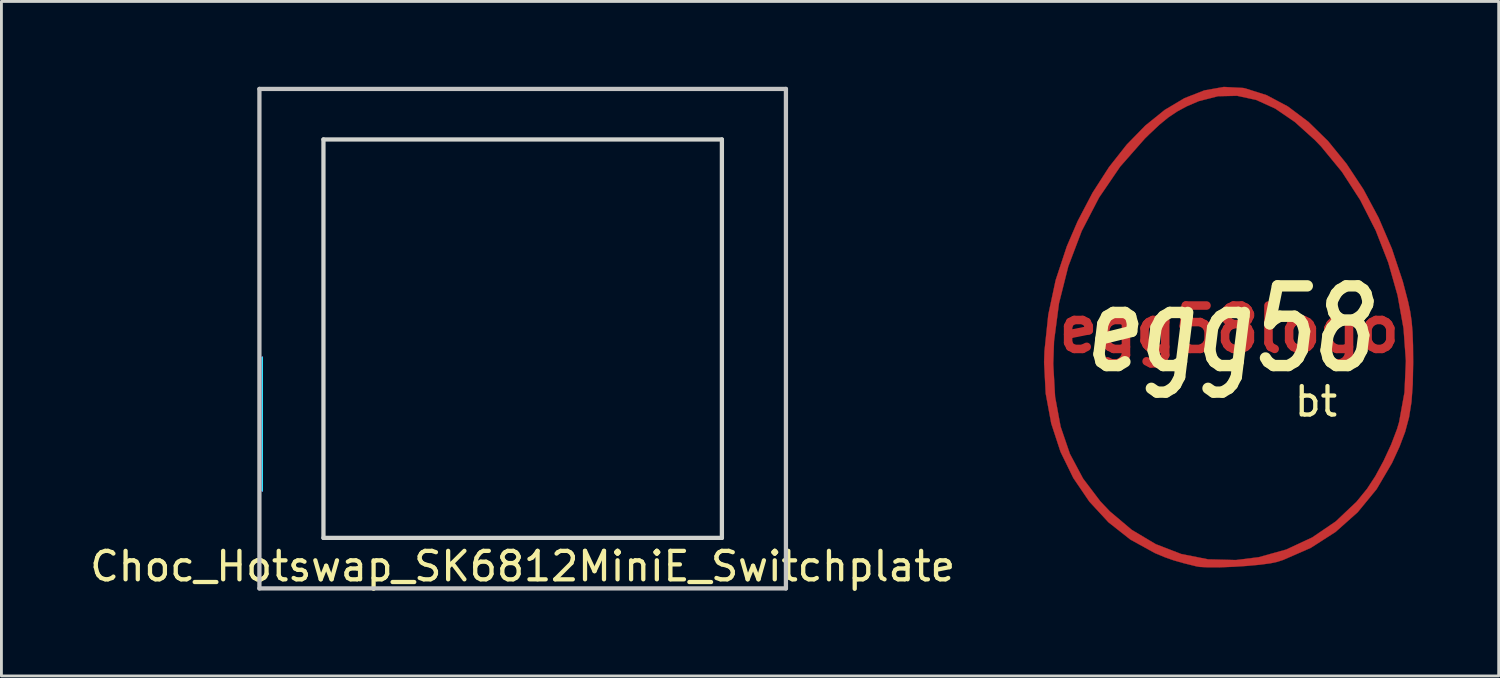
<source format=kicad_pcb>
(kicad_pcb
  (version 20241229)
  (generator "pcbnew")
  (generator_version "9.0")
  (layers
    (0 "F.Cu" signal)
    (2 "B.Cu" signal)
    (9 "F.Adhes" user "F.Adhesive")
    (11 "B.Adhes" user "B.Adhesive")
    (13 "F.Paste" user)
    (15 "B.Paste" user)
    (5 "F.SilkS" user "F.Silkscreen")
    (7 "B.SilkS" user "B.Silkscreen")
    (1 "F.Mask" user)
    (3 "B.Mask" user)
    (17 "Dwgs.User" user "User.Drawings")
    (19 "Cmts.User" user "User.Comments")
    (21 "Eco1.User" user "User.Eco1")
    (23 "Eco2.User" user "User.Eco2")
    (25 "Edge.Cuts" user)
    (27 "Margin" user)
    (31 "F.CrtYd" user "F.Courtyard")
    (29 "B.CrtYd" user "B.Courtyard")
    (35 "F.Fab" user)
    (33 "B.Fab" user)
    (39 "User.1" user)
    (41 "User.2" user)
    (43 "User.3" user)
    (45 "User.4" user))
  (footprint "Choc_Hotswap_SK6812MiniE_Switchplate"
    (layer "F.Cu")
    (at 15.315 8.85)
    (property "Reference" "Choc_Hotswap_SK6812MiniE_Switchplate" (at 0 8 180) (layer "F.SilkS") (effects (font (size 1 1) (thickness 0.15))))
    (attr through_hole)
    (fp_line (start -9.25 -8.775) (end 9.25 -8.775) (stroke (width 0.15) (type solid)) (layer "Dwgs.User"))
    (fp_line (start -9.25 8.775) (end -9.25 -8.775) (stroke (width 0.15) (type solid)) (layer "Dwgs.User"))
    (fp_line (start 9.25 -8.775) (end 9.25 8.775) (stroke (width 0.15) (type solid)) (layer "Dwgs.User"))
    (fp_line (start 9.25 8.775) (end -9.25 8.775) (stroke (width 0.15) (type solid)) (layer "Dwgs.User"))
    (fp_line (start -7 -7) (end -7 7) (stroke (width 0.15) (type solid)) (layer "Edge.Cuts"))
    (fp_line (start 7 -7) (end -7 -7) (stroke (width 0.15) (type solid)) (layer "Edge.Cuts"))
    (fp_line (start 7 -7) (end 7 7) (stroke (width 0.15) (type solid)) (layer "Edge.Cuts"))
    (fp_line (start 7 7) (end -7 7) (stroke (width 0.15) (type solid)) (layer "Edge.Cuts"))
    (fp_line (start -9.15 0.65) (end -9.15 5.35) (stroke (width 0.05) (type solid)) (layer "B.CrtYd"))
    (fp_line (start -9.15 5.35) (end -9.15 0.65) (stroke (width 0.05) (type solid)) (layer "F.CrtYd")))
  (footprint "egg58logo"
    (layer "F.Cu")
    (at 40.141 8.52)
    (property "Reference" "egg58logo" (at 0 0 0) (layer "F.Cu") (effects (font (size 1.524 1.524) (thickness 0.3))))
    (attr through_hole)
    (fp_poly (pts (xy 0.483 -8.48) (xy 0.557 -8.466) (xy 1.317 -8.225) (xy 2.063 -7.828) (xy 2.785 -7.286) (xy 3.474 -6.611) (xy 4.121 -5.816) (xy 4.717 -4.913) (xy 5.251 -3.915) (xy 5.715 -2.833) (xy 6.099 -1.68) (xy 6.284 -0.974) (xy 6.358 -0.625) (xy 6.409 -0.282) (xy 6.441 0.099) (xy 6.458 0.559) (xy 6.463 1.144) (xy 6.463 1.185) (xy 6.449 1.929) (xy 6.404 2.55) (xy 6.318 3.093) (xy 6.181 3.603) (xy 5.984 4.125) (xy 5.719 4.699) (xy 5.179 5.617) (xy 4.514 6.428) (xy 3.738 7.119) (xy 2.863 7.681) (xy 1.9 8.102) (xy 1.693 8.17) (xy 1.44 8.224) (xy 1.069 8.273) (xy 0.623 8.314) (xy 0.147 8.345) (xy -0.316 8.363) (xy -0.723 8.365) (xy -1.03 8.35) (xy -1.143 8.332) (xy -1.605 8.217) (xy -1.959 8.116) (xy -2.263 8.009) (xy -2.576 7.878) (xy -2.612 7.863) (xy -3.474 7.388) (xy -4.244 6.781) (xy -4.915 6.055) (xy -5.479 5.225) (xy -5.928 4.305) (xy -6.254 3.31) (xy -6.449 2.254) (xy -6.502 1.222) (xy -6.183 1.222) (xy -6.118 2.374) (xy -5.924 3.422) (xy -5.598 4.376) (xy -5.135 5.246) (xy -4.531 6.043) (xy -4.199 6.394) (xy -3.425 7.047) (xy -2.584 7.549) (xy -1.686 7.896) (xy -0.743 8.083) (xy 0.234 8.108) (xy 1.035 8.008) (xy 2.005 7.738) (xy 2.913 7.315) (xy 3.742 6.751) (xy 4.474 6.058) (xy 4.844 5.604) (xy 5.133 5.161) (xy 5.425 4.62) (xy 5.69 4.047) (xy 5.896 3.506) (xy 5.969 3.26) (xy 6.158 2.216) (xy 6.207 1.111) (xy 6.124 -0.033) (xy 5.915 -1.193) (xy 5.587 -2.346) (xy 5.148 -3.469) (xy 4.604 -4.538) (xy 3.962 -5.53) (xy 3.228 -6.423) (xy 3.009 -6.65) (xy 2.304 -7.285) (xy 1.618 -7.754) (xy 0.945 -8.06) (xy 0.277 -8.204) (xy -0.393 -8.189) (xy -1.072 -8.016) (xy -1.488 -7.837) (xy -1.827 -7.654) (xy -2.135 -7.448) (xy -2.453 -7.188) (xy -2.823 -6.84) (xy -2.97 -6.695) (xy -3.833 -5.714) (xy -4.574 -4.627) (xy -5.183 -3.453) (xy -5.655 -2.21) (xy -5.981 -0.915) (xy -6.155 0.413) (xy -6.183 1.222) (xy -6.502 1.222) (xy -6.505 1.15) (xy -6.492 0.767) (xy -6.357 -0.516) (xy -6.099 -1.727) (xy -5.706 -2.917) (xy -5.326 -3.799) (xy -4.803 -4.798) (xy -4.225 -5.697) (xy -3.603 -6.487) (xy -2.947 -7.159) (xy -2.268 -7.707) (xy -1.575 -8.12) (xy -0.878 -8.393) (xy -0.189 -8.515) (xy 0.483 -8.48)) (stroke (width 0.01) (type solid)) (fill yes) (layer "F.Cu"))
    (fp_poly (pts (xy 0.483 -8.48) (xy 0.557 -8.466) (xy 1.317 -8.225) (xy 2.063 -7.828) (xy 2.785 -7.286) (xy 3.474 -6.611) (xy 4.121 -5.816) (xy 4.717 -4.913) (xy 5.251 -3.915) (xy 5.715 -2.833) (xy 6.099 -1.68) (xy 6.284 -0.974) (xy 6.358 -0.625) (xy 6.409 -0.282) (xy 6.441 0.099) (xy 6.458 0.559) (xy 6.463 1.144) (xy 6.463 1.185) (xy 6.449 1.929) (xy 6.404 2.55) (xy 6.318 3.093) (xy 6.181 3.603) (xy 5.984 4.125) (xy 5.719 4.699) (xy 5.179 5.617) (xy 4.514 6.428) (xy 3.738 7.119) (xy 2.863 7.681) (xy 1.9 8.102) (xy 1.693 8.17) (xy 1.44 8.224) (xy 1.069 8.273) (xy 0.623 8.314) (xy 0.147 8.345) (xy -0.316 8.363) (xy -0.723 8.365) (xy -1.03 8.35) (xy -1.143 8.332) (xy -1.605 8.217) (xy -1.959 8.116) (xy -2.263 8.009) (xy -2.576 7.878) (xy -2.612 7.863) (xy -3.474 7.388) (xy -4.244 6.781) (xy -4.915 6.055) (xy -5.479 5.225) (xy -5.928 4.305) (xy -6.254 3.31) (xy -6.449 2.254) (xy -6.502 1.222) (xy -6.183 1.222) (xy -6.118 2.374) (xy -5.924 3.422) (xy -5.598 4.376) (xy -5.135 5.246) (xy -4.531 6.043) (xy -4.199 6.394) (xy -3.425 7.047) (xy -2.584 7.549) (xy -1.686 7.896) (xy -0.743 8.083) (xy 0.234 8.108) (xy 1.035 8.008) (xy 2.005 7.738) (xy 2.913 7.315) (xy 3.742 6.751) (xy 4.474 6.058) (xy 4.844 5.604) (xy 5.133 5.161) (xy 5.425 4.62) (xy 5.69 4.047) (xy 5.896 3.506) (xy 5.969 3.26) (xy 6.158 2.216) (xy 6.207 1.111) (xy 6.124 -0.033) (xy 5.915 -1.193) (xy 5.587 -2.346) (xy 5.148 -3.469) (xy 4.604 -4.538) (xy 3.962 -5.53) (xy 3.228 -6.423) (xy 3.009 -6.65) (xy 2.304 -7.285) (xy 1.618 -7.754) (xy 0.945 -8.06) (xy 0.277 -8.204) (xy -0.393 -8.189) (xy -1.072 -8.016) (xy -1.488 -7.837) (xy -1.827 -7.654) (xy -2.135 -7.448) (xy -2.453 -7.188) (xy -2.823 -6.84) (xy -2.97 -6.695) (xy -3.833 -5.714) (xy -4.574 -4.627) (xy -5.183 -3.453) (xy -5.655 -2.21) (xy -5.981 -0.915) (xy -6.155 0.413) (xy -6.183 1.222) (xy -6.502 1.222) (xy -6.505 1.15) (xy -6.492 0.767) (xy -6.357 -0.516) (xy -6.099 -1.727) (xy -5.706 -2.917) (xy -5.326 -3.799) (xy -4.803 -4.798) (xy -4.225 -5.697) (xy -3.603 -6.487) (xy -2.947 -7.159) (xy -2.268 -7.707) (xy -1.575 -8.12) (xy -0.878 -8.393) (xy -0.189 -8.515) (xy 0.483 -8.48)) (stroke (width 0.01) (type solid)) (fill yes) (layer "F.Mask"))
    (fp_text user "egg58" (at 0 0 0) (layer "F.SilkS") (effects (font (size 2.8 2.2) (thickness 0.4) (italic yes))))
    (fp_text user "bt" (at 3.048 2.54 0) (layer "F.SilkS") (effects (font (size 1 1) (thickness 0.15)))))
  (gr_rect
    (start -3 -3)
    (end 49.609 20.7)
    (stroke (width 0.1) (type default))
    (fill no)
    (layer "Edge.Cuts")))
</source>
